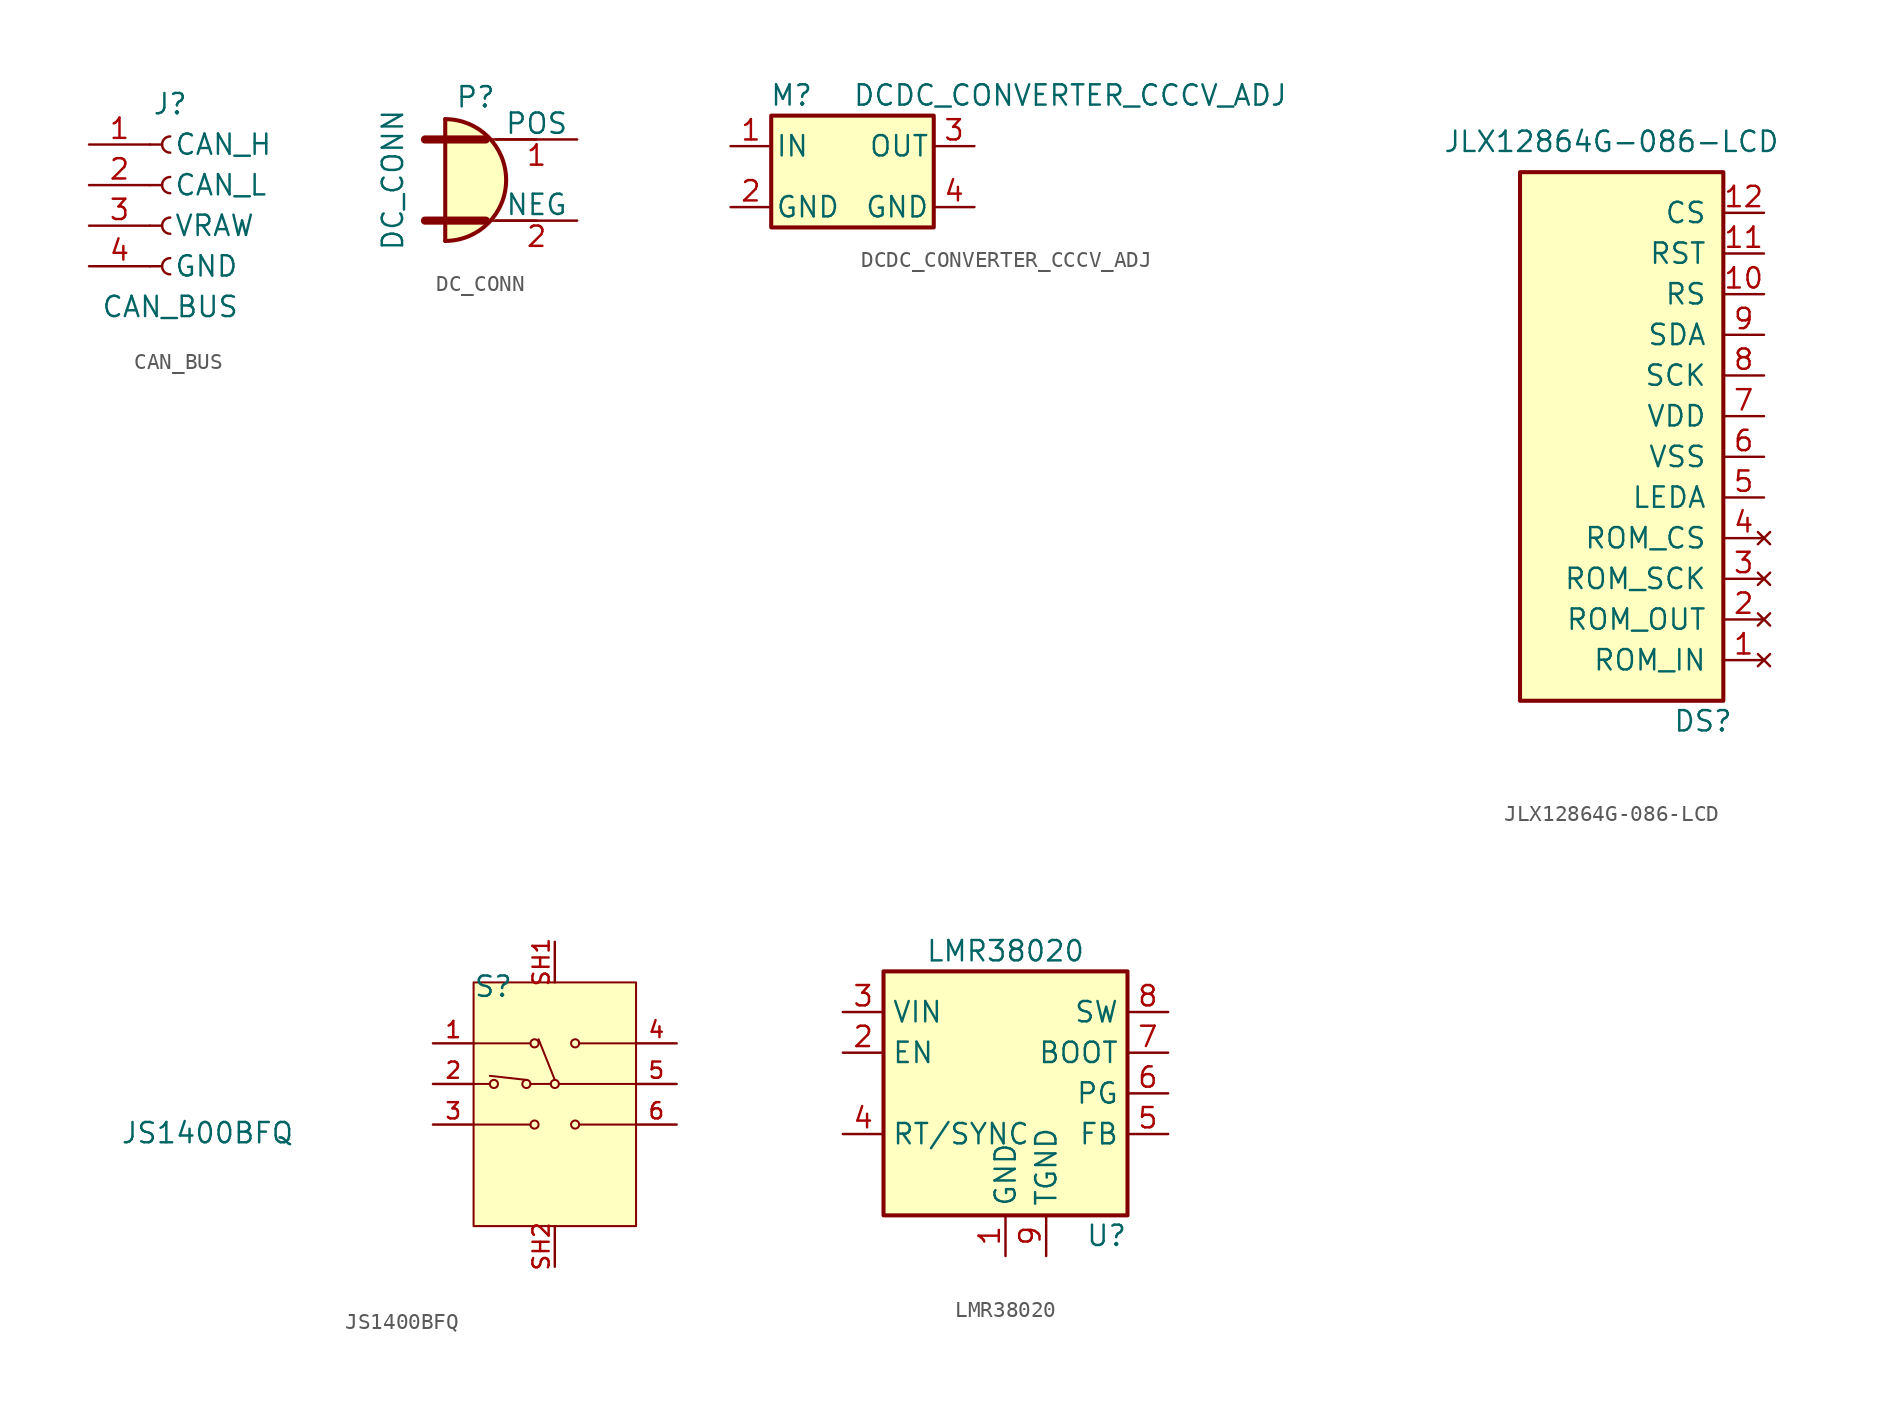
<source format=kicad_sym>
(kicad_symbol_lib
  (version 20231120)
  (generator "kicad_symbol_editor")
  (generator_version "8.0")
  (symbol "CAN_BUS"
    (pin_names
      (offset 1.5))
    (property "Reference" "J"
      (at 0 5.08 0)
      (effects (font (size 1.27 1.27))))
    (property "Value" "CAN_BUS"
      (at 0 -7.62 0)
      (effects (font (size 1.27 1.27))))
    (symbol "CAN_BUS_1_1"
      (arc (start 0 -4.572) (mid -0.5058 -5.08) (end 0 -5.588) (stroke (width 0.1524) (type default)) (fill (type none)))
      (arc (start 0 -2.032) (mid -0.5058 -2.54) (end 0 -3.048) (stroke (width 0.1524) (type default)) (fill (type none)))
      (polyline (pts (xy -1.27 -5.08) (xy -0.508 -5.08)) (stroke (width 0.152) (type default)) (fill (type none)))
      (polyline (pts (xy -1.27 -2.54) (xy -0.508 -2.54)) (stroke (width 0.152) (type default)) (fill (type none)))
      (polyline (pts (xy -1.27 0) (xy -0.508 0)) (stroke (width 0.152) (type default)) (fill (type none)))
      (polyline (pts (xy -1.27 2.54) (xy -0.508 2.54)) (stroke (width 0.152) (type default)) (fill (type none)))
      (arc (start 0 0.508) (mid -0.5058 0) (end 0 -0.508) (stroke (width 0.1524) (type default)) (fill (type none)))
      (arc (start 0 3.048) (mid -0.5058 2.54) (end 0 2.032) (stroke (width 0.1524) (type default)) (fill (type none)))
      (pin passive line (at -5.08 2.54 0) (length 3.81) (name "CAN_H" (effects (font (size 1.27 1.27)))) (number "1" (effects (font (size 1.27 1.27)))))
      (pin passive line (at -5.08 0 0) (length 3.81) (name "CAN_L" (effects (font (size 1.27 1.27)))) (number "2" (effects (font (size 1.27 1.27)))))
      (pin passive line (at -5.08 -2.54 0) (length 3.81) (name "VRAW" (effects (font (size 1.27 1.27)))) (number "3" (effects (font (size 1.27 1.27)))))
      (pin passive line (at -5.08 -5.08 0) (length 3.81) (name "GND" (effects (font (size 1.27 1.27)))) (number "4" (effects (font (size 1.27 1.27)))))))
  (symbol "DC_CONN"
    (pin_names
      (offset 0))
    (property "Reference" "P"
      (at -1.27 4.445 0)
      (effects (font (size 1.27 1.27)) (justify bottom)))
    (property "Value" "DC_CONN"
      (at -5.715 0 90)
      (effects (font (size 1.27 1.27)) (justify bottom)))
    (symbol "DC_CONN_0_1"
      (arc (start -3.175 -3.81) (mid 0.6184 0) (end -3.175 3.81) (stroke (width 0.254) (type default)) (fill (type background)))
      (polyline (pts (xy -4.445 -2.54) (xy -0.635 -2.54)) (stroke (width 0.508) (type default)) (fill (type none)))
      (polyline (pts (xy -4.445 2.54) (xy -0.635 2.54)) (stroke (width 0.508) (type default)) (fill (type none)))
      (polyline (pts (xy -3.175 -3.81) (xy -3.175 3.81)) (stroke (width 0.254) (type default)) (fill (type none)))
      (polyline (pts (xy -0.635 -2.54) (xy 2.54 -2.54)) (stroke (width 0) (type default)) (fill (type none)))
      (polyline (pts (xy -0.635 2.54) (xy 2.54 2.54)) (stroke (width 0) (type default)) (fill (type none))))
    (symbol "DC_CONN_1_1"
      (pin power_out line (at 5.08 2.54 180) (length 5.08) (name "POS" (effects (font (size 1.27 1.27)))) (number "1" (effects (font (size 1.27 1.27)))))
      (pin power_out line (at 5.08 -2.54 180) (length 5.08) (name "NEG" (effects (font (size 1.27 1.27)))) (number "2" (effects (font (size 1.27 1.27)))))))
  (symbol "DCDC_CONVERTER_CCCV_ADJ"
    (pin_names
      (offset 0.254))
    (property "Reference" "M"
      (at -3.81 3.175 0)
      (effects (font (size 1.27 1.27))))
    (property "Value" "DCDC_CONVERTER_CCCV_ADJ"
      (at 0 3.175 0)
      (effects (font (size 1.27 1.27)) (justify left)))
    (symbol "DCDC_CONVERTER_CCCV_ADJ_0_1"
      (rectangle (start -5.08 1.905) (end 5.08 -5.08) (stroke (width 0.254) (type default)) (fill (type background))))
    (symbol "DCDC_CONVERTER_CCCV_ADJ_1_1"
      (pin power_in line (at -7.62 0 0) (length 2.54) (name "IN" (effects (font (size 1.27 1.27)))) (number "1" (effects (font (size 1.27 1.27)))))
      (pin power_in line (at -7.62 -3.81 0) (length 2.54) (name "GND" (effects (font (size 1.27 1.27)))) (number "2" (effects (font (size 1.27 1.27)))))
      (pin power_out line (at 7.62 0 180) (length 2.54) (name "OUT" (effects (font (size 1.27 1.27)))) (number "3" (effects (font (size 1.27 1.27)))))
      (pin power_in line (at 7.62 -3.81 180) (length 2.54) (name "GND" (effects (font (size 1.27 1.27)))) (number "4" (effects (font (size 1.27 1.27)))))))
  (symbol "JLX12864G-086-LCD"
    (pin_names
      (offset 1.016))
    (property "Reference" "DS"
      (at 5.08 -17.78 0)
      (effects (font (size 1.27 1.27))))
    (property "Value" "JLX12864G-086-LCD"
      (at -0.635 18.415 0)
      (effects (font (size 1.27 1.27))))
    (symbol "JLX12864G-086-LCD_0_1"
      (rectangle (start -6.35 16.51) (end 6.35 -16.51) (stroke (width 0.254) (type default)) (fill (type background))))
    (symbol "JLX12864G-086-LCD_1_1"
      (pin no_connect line (at 8.89 -13.97 180) (length 2.54) (name "ROM_IN" (effects (font (size 1.27 1.27)))) (number "1" (effects (font (size 1.27 1.27)))))
      (pin input line (at 8.89 8.89 180) (length 2.54) (name "RS" (effects (font (size 1.27 1.27)))) (number "10" (effects (font (size 1.27 1.27)))))
      (pin input line (at 8.89 11.43 180) (length 2.54) (name "RST" (effects (font (size 1.27 1.27)))) (number "11" (effects (font (size 1.27 1.27)))))
      (pin input line (at 8.89 13.97 180) (length 2.54) (name "CS" (effects (font (size 1.27 1.27)))) (number "12" (effects (font (size 1.27 1.27)))))
      (pin no_connect line (at 8.89 -11.43 180) (length 2.54) (name "ROM_OUT" (effects (font (size 1.27 1.27)))) (number "2" (effects (font (size 1.27 1.27)))))
      (pin no_connect line (at 8.89 -8.89 180) (length 2.54) (name "ROM_SCK" (effects (font (size 1.27 1.27)))) (number "3" (effects (font (size 1.27 1.27)))))
      (pin no_connect line (at 8.89 -6.35 180) (length 2.54) (name "ROM_CS" (effects (font (size 1.27 1.27)))) (number "4" (effects (font (size 1.27 1.27)))))
      (pin input line (at 8.89 -3.81 180) (length 2.54) (name "LEDA" (effects (font (size 1.27 1.27)))) (number "5" (effects (font (size 1.27 1.27)))))
      (pin power_in line (at 8.89 -1.27 180) (length 2.54) (name "VSS" (effects (font (size 1.27 1.27)))) (number "6" (effects (font (size 1.27 1.27)))))
      (pin power_in line (at 8.89 1.27 180) (length 2.54) (name "VDD" (effects (font (size 1.27 1.27)))) (number "7" (effects (font (size 1.27 1.27)))))
      (pin input line (at 8.89 3.81 180) (length 2.54) (name "SCK" (effects (font (size 1.27 1.27)))) (number "8" (effects (font (size 1.27 1.27)))))
      (pin input line (at 8.89 6.35 180) (length 2.54) (name "SDA" (effects (font (size 1.27 1.27)))) (number "9" (effects (font (size 1.27 1.27)))))))
  (symbol "JS1400BFQ"
    (pin_names
      (offset 1.016))
    (property "Reference" "S"
      (at -5.092 7.888 0)
      (effects (font (size 1.27 1.27)) (justify left bottom)))
    (property "Value" "JS1400BFQ"
      (at -27.178 -1.27 0)
      (effects (font (size 1.27 1.27)) (justify left bottom)))
    (symbol "JS1400BFQ_0_0"
      (rectangle (start -5.08 8.89) (end 5.08 -6.35) (stroke (width 0.127) (type default)) (fill (type background)))
      (circle (center -3.81 2.54) (radius 0.254) (stroke (width 0.127) (type default)) (fill (type none)))
      (circle (center -1.778 2.54) (radius 0.254) (stroke (width 0.127) (type default)) (fill (type none)))
      (circle (center -1.27 0) (radius 0.254) (stroke (width 0.127) (type default)) (fill (type none)))
      (circle (center -1.27 5.08) (radius 0.254) (stroke (width 0.127) (type default)) (fill (type none)))
      (polyline (pts (xy -5.08 0) (xy -1.524 0)) (stroke (width 0.127) (type default)) (fill (type none)))
      (polyline (pts (xy -5.08 2.54) (xy -4.064 2.54)) (stroke (width 0.127) (type default)) (fill (type none)))
      (polyline (pts (xy -5.08 5.08) (xy -1.524 5.08)) (stroke (width 0.127) (type default)) (fill (type none)))
      (polyline (pts (xy -1.778 2.794) (xy -4.064 3.048)) (stroke (width 0.127) (type default)) (fill (type none)))
      (polyline (pts (xy -1.524 2.54) (xy -0.254 2.54)) (stroke (width 0.127) (type default)) (fill (type none)))
      (polyline (pts (xy 0 2.794) (xy -1.016 5.334)) (stroke (width 0.127) (type default)) (fill (type none)))
      (polyline (pts (xy 5.08 0) (xy 1.524 0)) (stroke (width 0.127) (type default)) (fill (type none)))
      (polyline (pts (xy 5.08 2.54) (xy 0.254 2.54)) (stroke (width 0.127) (type default)) (fill (type none)))
      (polyline (pts (xy 5.08 5.08) (xy 1.524 5.08)) (stroke (width 0.127) (type default)) (fill (type none)))
      (circle (center 0 2.54) (radius 0.254) (stroke (width 0.127) (type default)) (fill (type none)))
      (circle (center 1.27 0) (radius 0.254) (stroke (width 0.127) (type default)) (fill (type none)))
      (circle (center 1.27 5.08) (radius 0.254) (stroke (width 0.127) (type default)) (fill (type none)))
      (pin passive line (at -7.62 5.08 0) (length 2.54) (name "~" (effects (font (size 1.016 1.016)))) (number "1" (effects (font (size 1.016 1.016)))))
      (pin passive line (at -7.62 2.54 0) (length 2.54) (name "~" (effects (font (size 1.016 1.016)))) (number "2" (effects (font (size 1.016 1.016)))))
      (pin passive line (at -7.62 0 0) (length 2.54) (name "~" (effects (font (size 1.016 1.016)))) (number "3" (effects (font (size 1.016 1.016)))))
      (pin passive line (at 7.62 5.08 180) (length 2.54) (name "~" (effects (font (size 1.016 1.016)))) (number "4" (effects (font (size 1.016 1.016)))))
      (pin passive line (at 7.62 2.54 180) (length 2.54) (name "~" (effects (font (size 1.016 1.016)))) (number "5" (effects (font (size 1.016 1.016)))))
      (pin passive line (at 7.62 0 180) (length 2.54) (name "~" (effects (font (size 1.016 1.016)))) (number "6" (effects (font (size 1.016 1.016)))))
      (pin passive line (at 0 11.43 270) (length 2.54) (name "~" (effects (font (size 1.016 1.016)))) (number "SH1" (effects (font (size 1.016 1.016))))))
    (symbol "JS1400BFQ_1_0"
      (pin passive line (at 0 -8.89 90) (length 2.54) (name "~" (effects (font (size 1.016 1.016)))) (number "SH2" (effects (font (size 1.016 1.016)))))))
  (symbol "LMR38020"
    (property "Reference" "U"
      (at 7.62 -8.89 0)
      (effects (font (size 1.27 1.27)) (justify right)))
    (property "Value" "LMR38020"
      (at 0 8.89 0)
      (effects (font (size 1.27 1.27))))
    (symbol "LMR38020_0_1"
      (rectangle (start -7.62 7.62) (end 7.62 -7.62) (stroke (width 0.254) (type default)) (fill (type background))))
    (symbol "LMR38020_1_1"
      (pin power_in line (at 0 -10.16 90) (length 2.54) (name "GND" (effects (font (size 1.27 1.27)))) (number "1" (effects (font (size 1.27 1.27)))))
      (pin input line (at -10.16 2.54 0) (length 2.54) (name "EN" (effects (font (size 1.27 1.27)))) (number "2" (effects (font (size 1.27 1.27)))))
      (pin power_in line (at -10.16 5.08 0) (length 2.54) (name "VIN" (effects (font (size 1.27 1.27)))) (number "3" (effects (font (size 1.27 1.27)))))
      (pin input line (at -10.16 -2.54 0) (length 2.54) (name "RT/SYNC" (effects (font (size 1.27 1.27)))) (number "4" (effects (font (size 1.27 1.27)))))
      (pin input line (at 10.16 -2.54 180) (length 2.54) (name "FB" (effects (font (size 1.27 1.27)))) (number "5" (effects (font (size 1.27 1.27)))))
      (pin open_collector line (at 10.16 0 180) (length 2.54) (name "PG" (effects (font (size 1.27 1.27)))) (number "6" (effects (font (size 1.27 1.27)))))
      (pin input line (at 10.16 2.54 180) (length 2.54) (name "BOOT" (effects (font (size 1.27 1.27)))) (number "7" (effects (font (size 1.27 1.27)))))
      (pin power_out line (at 10.16 5.08 180) (length 2.54) (name "SW" (effects (font (size 1.27 1.27)))) (number "8" (effects (font (size 1.27 1.27)))))
      (pin power_in line (at 2.54 -10.16 90) (length 2.54) (name "TGND" (effects (font (size 1.27 1.27)))) (number "9" (effects (font (size 1.27 1.27))))))))
</source>
